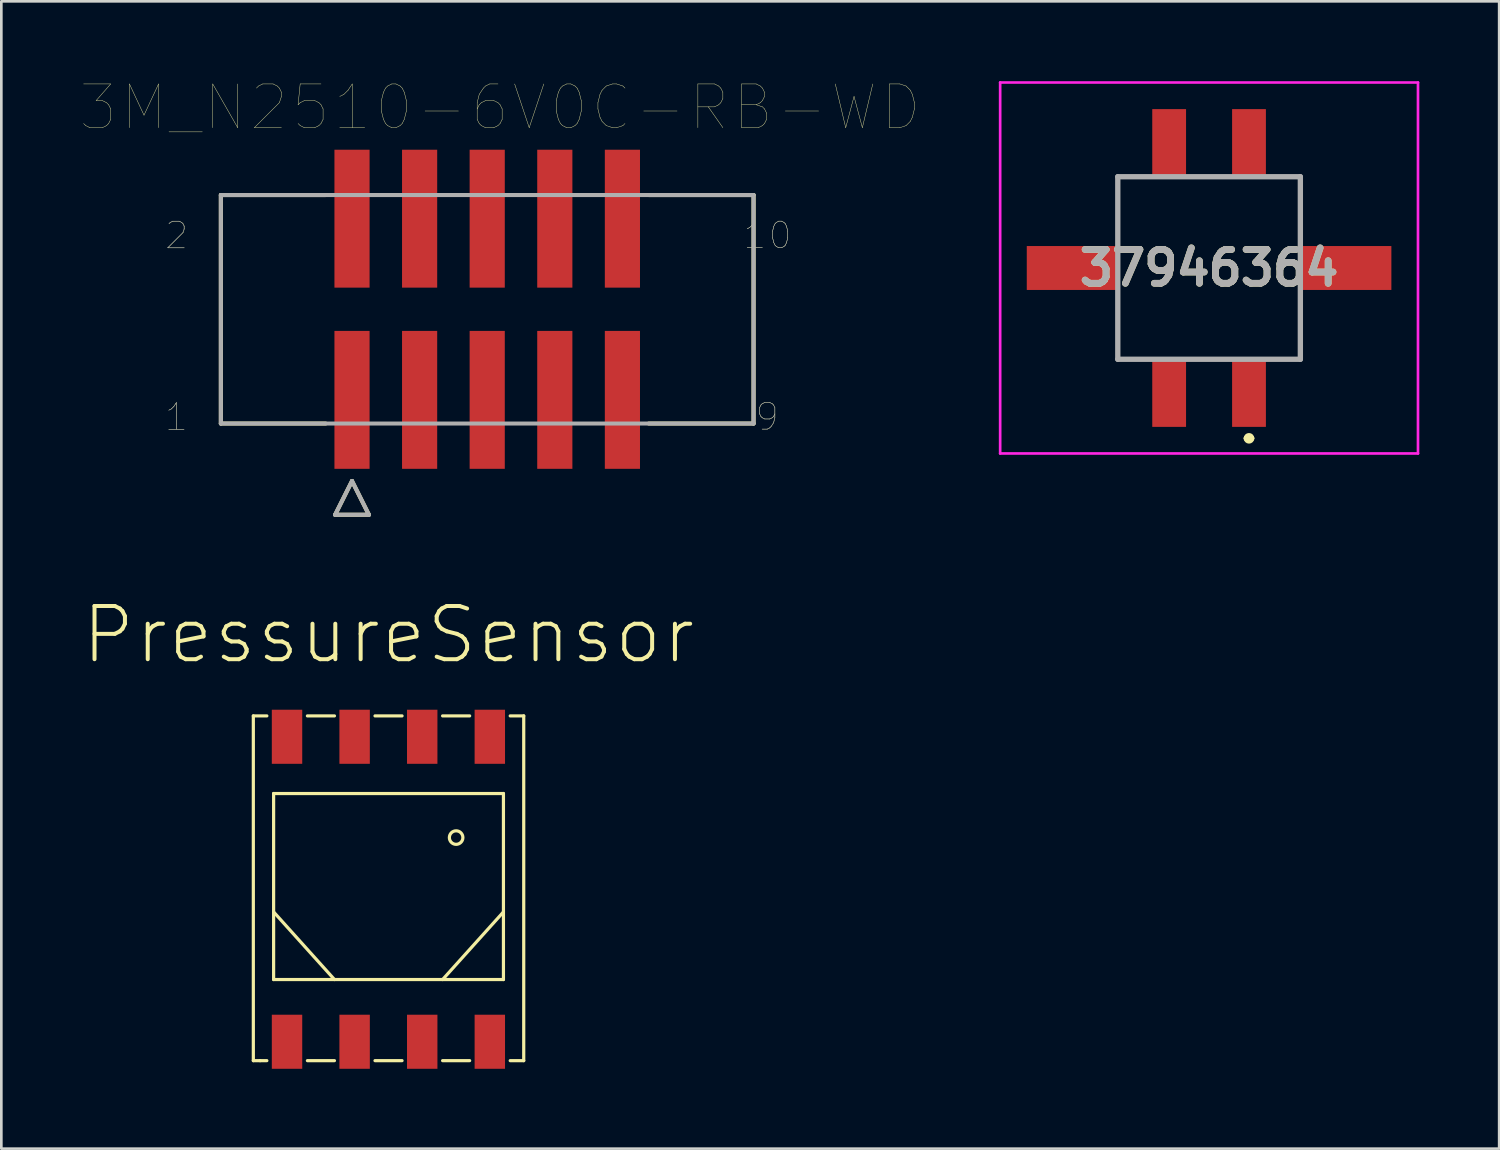
<source format=kicad_pcb>
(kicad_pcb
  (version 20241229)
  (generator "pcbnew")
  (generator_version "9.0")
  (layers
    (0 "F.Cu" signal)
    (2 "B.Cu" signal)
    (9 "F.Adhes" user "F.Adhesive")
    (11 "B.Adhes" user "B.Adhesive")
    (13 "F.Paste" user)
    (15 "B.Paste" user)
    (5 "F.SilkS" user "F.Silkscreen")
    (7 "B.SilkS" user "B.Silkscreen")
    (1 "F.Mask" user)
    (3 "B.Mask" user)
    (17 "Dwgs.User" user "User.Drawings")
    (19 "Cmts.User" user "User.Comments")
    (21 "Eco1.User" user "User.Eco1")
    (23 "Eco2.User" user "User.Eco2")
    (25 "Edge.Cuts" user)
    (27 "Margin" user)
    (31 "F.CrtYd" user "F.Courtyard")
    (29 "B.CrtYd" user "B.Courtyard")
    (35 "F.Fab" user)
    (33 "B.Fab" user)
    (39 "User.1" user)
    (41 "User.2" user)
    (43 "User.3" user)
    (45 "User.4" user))
  (footprint "37946364"
    (layer "F.Cu")
    (at 42.381 7.02)
    (property "Reference" "37946364" (at 0 0 0) (layer "F.SilkS") (effects (font (size 1.27 1.27) (thickness 0.254))))
    (attr smd)
    (fp_line (start -3.43 -3.43) (end -3.43 -1.5) (stroke (width 0.1) (type solid)) (layer "F.SilkS"))
    (fp_line (start -3.43 1.5) (end -3.43 3.43) (stroke (width 0.1) (type solid)) (layer "F.SilkS"))
    (fp_line (start -3.43 3.43) (end -2.5 3.43) (stroke (width 0.1) (type solid)) (layer "F.SilkS"))
    (fp_line (start -2.5 -3.43) (end -3.43 -3.43) (stroke (width 0.1) (type solid)) (layer "F.SilkS"))
    (fp_line (start 1.4 6.4) (end 1.4 6.4) (stroke (width 0.2) (type solid)) (layer "F.SilkS"))
    (fp_line (start 1.6 6.4) (end 1.6 6.4) (stroke (width 0.2) (type solid)) (layer "F.SilkS"))
    (fp_line (start 2.5 -3.43) (end 3.43 -3.43) (stroke (width 0.1) (type solid)) (layer "F.SilkS"))
    (fp_line (start 2.5 3.43) (end 3.43 3.43) (stroke (width 0.1) (type solid)) (layer "F.SilkS"))
    (fp_line (start 3.43 -3.43) (end 3.43 -1.5) (stroke (width 0.1) (type solid)) (layer "F.SilkS"))
    (fp_line (start 3.43 3.43) (end 3.43 1.5) (stroke (width 0.1) (type solid)) (layer "F.SilkS"))
    (fp_arc (start 1.4 6.4) (mid 1.5 6.3) (end 1.6 6.4) (stroke (width 0.2) (type solid)) (layer "F.SilkS"))
    (fp_arc (start 1.6 6.4) (mid 1.5 6.5) (end 1.4 6.4) (stroke (width 0.2) (type solid)) (layer "F.SilkS"))
    (fp_line (start -7.85 -6.97) (end 7.85 -6.97) (stroke (width 0.1) (type solid)) (layer "F.CrtYd"))
    (fp_line (start -7.85 6.97) (end -7.85 -6.97) (stroke (width 0.1) (type solid)) (layer "F.CrtYd"))
    (fp_line (start 7.85 -6.97) (end 7.85 6.97) (stroke (width 0.1) (type solid)) (layer "F.CrtYd"))
    (fp_line (start 7.85 6.97) (end -7.85 6.97) (stroke (width 0.1) (type solid)) (layer "F.CrtYd"))
    (fp_line (start -3.43 -3.43) (end 3.43 -3.43) (stroke (width 0.2) (type solid)) (layer "F.Fab"))
    (fp_line (start -3.43 3.43) (end -3.43 -3.43) (stroke (width 0.2) (type solid)) (layer "F.Fab"))
    (fp_line (start 3.43 -3.43) (end 3.43 3.43) (stroke (width 0.2) (type solid)) (layer "F.Fab"))
    (fp_line (start 3.43 3.43) (end -3.43 3.43) (stroke (width 0.2) (type solid)) (layer "F.Fab"))
    (fp_text user "${REFERENCE}" (at 0 0 0) (layer "F.Fab") (effects (font (size 1.27 1.27) (thickness 0.254))))
    (pad "1" smd rect (at 1.5 4.7) (size 1.27 2.54) (layers "F.Cu" "F.Mask" "F.Paste"))
    (pad "2" smd rect (at 1.5 -4.7) (size 1.27 2.54) (layers "F.Cu" "F.Mask" "F.Paste"))
    (pad "3" smd rect (at -1.5 4.7) (size 1.27 2.54) (layers "F.Cu" "F.Mask" "F.Paste"))
    (pad "4" smd rect (at -1.5 -4.7) (size 1.27 2.54) (layers "F.Cu" "F.Mask" "F.Paste"))
    (pad "5" smd rect (at 5.135 0 90) (size 1.65 3.43) (layers "F.Cu" "F.Mask" "F.Paste"))
    (pad "6" smd rect (at -5.135 0 90) (size 1.65 3.43) (layers "F.Cu" "F.Mask" "F.Paste")))
  (footprint "PressureSensor"
    (layer "F.Cu")
    (at 11.549 31.216)
    (property "Reference" "PressureSensor" (at 0 -10.414 0) (layer "F.SilkS") (effects (font (size 2 2) (thickness 0.15))))
    (attr through_hole)
    (fp_line (start -5.08 5.588) (end -5.08 -7.366) (stroke (width 0.12) (type solid)) (layer "F.SilkS"))
    (fp_line (start -4.826 5.588) (end -5.08 5.588) (stroke (width 0.12) (type solid)) (layer "F.SilkS"))
    (fp_line (start -4.826 5.588) (end -4.572 5.588) (stroke (width 0.12) (type solid)) (layer "F.SilkS"))
    (fp_line (start -4.572 -7.366) (end -5.08 -7.366) (stroke (width 0.12) (type solid)) (layer "F.SilkS"))
    (fp_line (start -4.318 -4.45) (end 4.318 -4.45) (stroke (width 0.12) (type solid)) (layer "F.SilkS"))
    (fp_line (start -4.318 0) (end -2.032 2.54) (stroke (width 0.12) (type solid)) (layer "F.SilkS"))
    (fp_line (start -4.318 2.54) (end -4.318 -4.45) (stroke (width 0.12) (type solid)) (layer "F.SilkS"))
    (fp_line (start -3.048 -7.366) (end -2.032 -7.366) (stroke (width 0.12) (type solid)) (layer "F.SilkS"))
    (fp_line (start -2.032 5.588) (end -3.048 5.588) (stroke (width 0.12) (type solid)) (layer "F.SilkS"))
    (fp_line (start -0.508 -7.366) (end 0.508 -7.366) (stroke (width 0.12) (type solid)) (layer "F.SilkS"))
    (fp_line (start -0.508 5.588) (end 0.508 5.588) (stroke (width 0.12) (type solid)) (layer "F.SilkS"))
    (fp_line (start 2.032 -7.366) (end 3.048 -7.366) (stroke (width 0.12) (type solid)) (layer "F.SilkS"))
    (fp_line (start 2.032 2.54) (end 4.318 0) (stroke (width 0.12) (type solid)) (layer "F.SilkS"))
    (fp_line (start 2.032 5.588) (end 3.048 5.588) (stroke (width 0.12) (type solid)) (layer "F.SilkS"))
    (fp_line (start 4.318 -4.45) (end 4.318 2.54) (stroke (width 0.12) (type solid)) (layer "F.SilkS"))
    (fp_line (start 4.318 2.54) (end -4.318 2.54) (stroke (width 0.12) (type solid)) (layer "F.SilkS"))
    (fp_line (start 4.572 -7.366) (end 5.08 -7.366) (stroke (width 0.12) (type solid)) (layer "F.SilkS"))
    (fp_line (start 5.08 -7.366) (end 5.08 5.588) (stroke (width 0.12) (type solid)) (layer "F.SilkS"))
    (fp_line (start 5.08 5.588) (end 4.572 5.588) (stroke (width 0.12) (type solid)) (layer "F.SilkS"))
    (fp_circle (center 2.54 -2.794) (end 2.54 -3.048) (stroke (width 0.12) (type solid)) (fill no) (layer "F.SilkS"))
    (pad "1" smd rect (at -3.814 4.878) (size 1.143 2.032) (layers "F.Cu" "F.Mask" "F.Paste"))
    (pad "2" smd rect (at -1.274 4.878) (size 1.143 2.032) (layers "F.Cu" "F.Mask" "F.Paste"))
    (pad "3" smd rect (at 1.266 4.878) (size 1.143 2.032) (layers "F.Cu" "F.Mask" "F.Paste"))
    (pad "4" smd rect (at 3.806 4.878) (size 1.143 2.032) (layers "F.Cu" "F.Mask" "F.Paste"))
    (pad "5" smd rect (at 3.806 -6.582) (size 1.143 2.032) (layers "F.Cu" "F.Mask" "F.Paste"))
    (pad "6" smd rect (at 1.266 -6.582) (size 1.143 2.032) (layers "F.Cu" "F.Mask" "F.Paste"))
    (pad "7" smd rect (at -1.274 -6.582) (size 1.143 2.032) (layers "F.Cu" "F.Mask" "F.Paste"))
    (pad "8" smd rect (at -3.814 -6.582) (size 1.143 2.032) (layers "F.Cu" "F.Mask" "F.Paste")))
  (footprint "3M_N2510-6V0C-RB-WD"
    (layer "F.Cu")
    (at 15.257 8.571)
    (property "Reference" "3M_N2510-6V0C-RB-WD" (at 0.483 -7.583 0) (layer "F.SilkS") (effects (font (size 1.643 1.643) (thickness 0.015))))
    (attr through_hole)
    (fp_line (start -10.008 -4.293) (end -10.008 4.293) (stroke (width 0.152) (type solid)) (layer "F.SilkS"))
    (fp_line (start -10.008 4.293) (end -6.071 4.293) (stroke (width 0.152) (type solid)) (layer "F.SilkS"))
    (fp_line (start -6.071 -4.293) (end -10.008 -4.293) (stroke (width 0.152) (type solid)) (layer "F.SilkS"))
    (fp_line (start -5.715 7.722) (end -5.08 6.452) (stroke (width 0.152) (type solid)) (layer "F.SilkS"))
    (fp_line (start -5.08 6.452) (end -4.445 7.722) (stroke (width 0.152) (type solid)) (layer "F.SilkS"))
    (fp_line (start -4.445 7.722) (end -5.715 7.722) (stroke (width 0.152) (type solid)) (layer "F.SilkS"))
    (fp_line (start 6.071 4.293) (end 10.008 4.293) (stroke (width 0.152) (type solid)) (layer "F.SilkS"))
    (fp_line (start 10.008 -4.293) (end 6.071 -4.293) (stroke (width 0.152) (type solid)) (layer "F.SilkS"))
    (fp_line (start 10.008 4.293) (end 10.008 -4.293) (stroke (width 0.152) (type solid)) (layer "F.SilkS"))
    (fp_line (start -10.008 -4.293) (end -10.008 4.293) (stroke (width 0.152) (type solid)) (layer "F.Fab"))
    (fp_line (start -10.008 4.293) (end 10.008 4.293) (stroke (width 0.152) (type solid)) (layer "F.Fab"))
    (fp_line (start -5.715 7.722) (end -5.08 6.452) (stroke (width 0.152) (type solid)) (layer "F.Fab"))
    (fp_line (start -5.08 6.452) (end -4.445 7.722) (stroke (width 0.152) (type solid)) (layer "F.Fab"))
    (fp_line (start -4.445 7.722) (end -5.715 7.722) (stroke (width 0.152) (type solid)) (layer "F.Fab"))
    (fp_line (start 10.008 -4.293) (end -10.008 -4.293) (stroke (width 0.152) (type solid)) (layer "F.Fab"))
    (fp_line (start 10.008 4.293) (end 10.008 -4.293) (stroke (width 0.152) (type solid)) (layer "F.Fab"))
    (fp_text user "10" (at 10.531 -2.773 0) (layer "F.SilkS") (effects (font (size 1.001 1.001) (thickness 0.015))))
    (fp_text user "9" (at 10.525 4.042 0) (layer "F.SilkS") (effects (font (size 1.001 1.001) (thickness 0.015))))
    (fp_text user "2" (at -11.664 -2.77 0) (layer "F.SilkS") (effects (font (size 1 1) (thickness 0.015))))
    (fp_text user "1" (at -11.681 4.046 0) (layer "F.SilkS") (effects (font (size 1.002 1.002) (thickness 0.015))))
    (fp_text user "9" (at 10.518 4.04 0) (layer "F.Fab") (effects (font (size 1 1) (thickness 0.015))))
    (fp_text user "2" (at -11.678 -2.773 0) (layer "F.Fab") (effects (font (size 1.002 1.002) (thickness 0.015))))
    (fp_text user "10" (at 10.531 -2.773 0) (layer "F.Fab") (effects (font (size 1.001 1.001) (thickness 0.015))))
    (fp_text user "1" (at -11.675 4.044 0) (layer "F.Fab") (effects (font (size 1.001 1.001) (thickness 0.015))))
    (pad "1" smd rect (at -5.08 3.404) (size 1.321 5.182) (layers "F.Cu" "F.Mask" "F.Paste"))
    (pad "2" smd rect (at -5.08 -3.404) (size 1.321 5.182) (layers "F.Cu" "F.Mask" "F.Paste"))
    (pad "3" smd rect (at -2.54 3.404) (size 1.321 5.182) (layers "F.Cu" "F.Mask" "F.Paste"))
    (pad "4" smd rect (at -2.54 -3.404) (size 1.321 5.182) (layers "F.Cu" "F.Mask" "F.Paste"))
    (pad "5" smd rect (at 0 3.404) (size 1.321 5.182) (layers "F.Cu" "F.Mask" "F.Paste"))
    (pad "6" smd rect (at 0 -3.404) (size 1.321 5.182) (layers "F.Cu" "F.Mask" "F.Paste"))
    (pad "7" smd rect (at 2.54 3.404) (size 1.321 5.182) (layers "F.Cu" "F.Mask" "F.Paste"))
    (pad "8" smd rect (at 2.54 -3.404) (size 1.321 5.182) (layers "F.Cu" "F.Mask" "F.Paste"))
    (pad "9" smd rect (at 5.08 3.404) (size 1.321 5.182) (layers "F.Cu" "F.Mask" "F.Paste"))
    (pad "10" smd rect (at 5.08 -3.404) (size 1.321 5.182) (layers "F.Cu" "F.Mask" "F.Paste")))
  (gr_rect
    (start -3 -3)
    (end 53.281 40.11)
    (stroke (width 0.1) (type default))
    (fill no)
    (layer "Edge.Cuts")))
</source>
